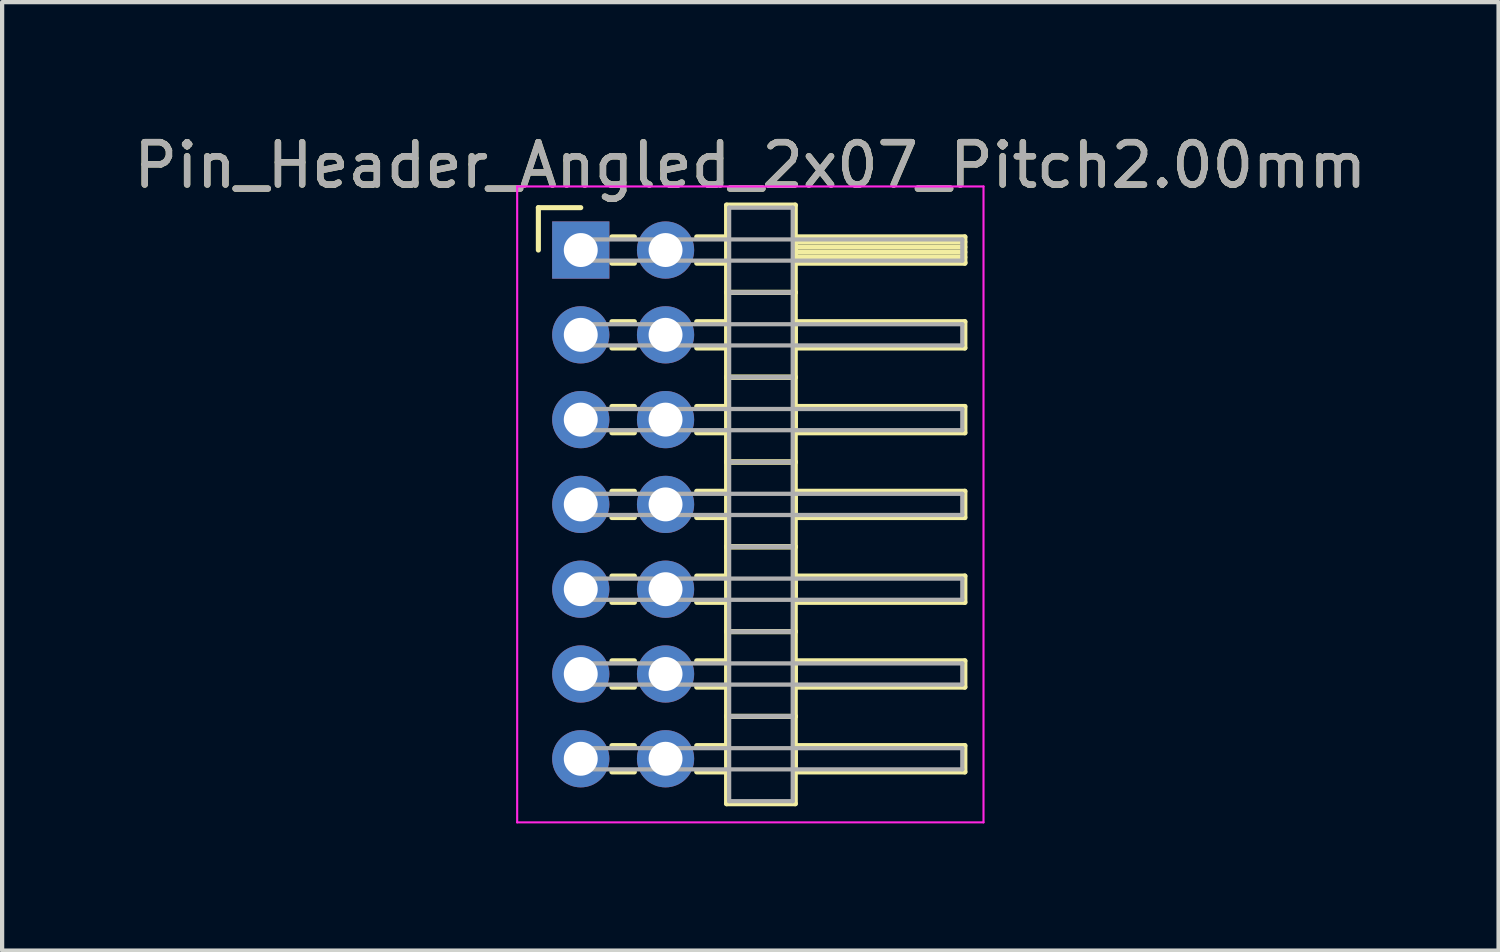
<source format=kicad_pcb>
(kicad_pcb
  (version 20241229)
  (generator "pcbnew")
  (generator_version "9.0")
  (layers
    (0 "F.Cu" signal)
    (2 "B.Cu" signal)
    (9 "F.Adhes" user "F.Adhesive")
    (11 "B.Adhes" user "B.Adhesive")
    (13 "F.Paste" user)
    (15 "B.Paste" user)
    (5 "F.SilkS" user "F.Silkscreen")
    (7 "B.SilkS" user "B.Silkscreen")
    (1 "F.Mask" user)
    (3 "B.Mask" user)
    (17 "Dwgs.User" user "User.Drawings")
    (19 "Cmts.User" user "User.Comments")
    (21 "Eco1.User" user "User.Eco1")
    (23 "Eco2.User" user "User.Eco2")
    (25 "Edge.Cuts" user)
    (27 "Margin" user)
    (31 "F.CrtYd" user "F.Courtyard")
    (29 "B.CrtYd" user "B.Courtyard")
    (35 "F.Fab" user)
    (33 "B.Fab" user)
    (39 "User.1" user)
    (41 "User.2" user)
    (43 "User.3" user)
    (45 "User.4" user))
  (footprint "Pin_Header_Angled_2x07_Pitch2.00mm"
    (layer "F.Cu")
    (at 10.649 2.848)
    (property "Reference" "Pin_Header_Angled_2x07_Pitch2.00mm" (at 4 -2 0) (layer "F.SilkS") (effects (font (size 1 1) (thickness 0.15))))
    (attr through_hole)
    (fp_line (start -1 -1) (end 0 -1) (stroke (width 0.12) (type solid)) (layer "F.SilkS"))
    (fp_line (start -1 0) (end -1 -1) (stroke (width 0.12) (type solid)) (layer "F.SilkS"))
    (fp_line (start 0.735 -0.31) (end 1.265 -0.31) (stroke (width 0.12) (type solid)) (layer "F.SilkS"))
    (fp_line (start 0.735 0.31) (end 1.265 0.31) (stroke (width 0.12) (type solid)) (layer "F.SilkS"))
    (fp_line (start 0.735 1.69) (end 1.265 1.69) (stroke (width 0.12) (type solid)) (layer "F.SilkS"))
    (fp_line (start 0.735 2.31) (end 1.265 2.31) (stroke (width 0.12) (type solid)) (layer "F.SilkS"))
    (fp_line (start 0.735 3.69) (end 1.265 3.69) (stroke (width 0.12) (type solid)) (layer "F.SilkS"))
    (fp_line (start 0.735 4.31) (end 1.265 4.31) (stroke (width 0.12) (type solid)) (layer "F.SilkS"))
    (fp_line (start 0.735 5.69) (end 1.265 5.69) (stroke (width 0.12) (type solid)) (layer "F.SilkS"))
    (fp_line (start 0.735 6.31) (end 1.265 6.31) (stroke (width 0.12) (type solid)) (layer "F.SilkS"))
    (fp_line (start 0.735 7.69) (end 1.265 7.69) (stroke (width 0.12) (type solid)) (layer "F.SilkS"))
    (fp_line (start 0.735 8.31) (end 1.265 8.31) (stroke (width 0.12) (type solid)) (layer "F.SilkS"))
    (fp_line (start 0.735 9.69) (end 1.265 9.69) (stroke (width 0.12) (type solid)) (layer "F.SilkS"))
    (fp_line (start 0.735 10.31) (end 1.265 10.31) (stroke (width 0.12) (type solid)) (layer "F.SilkS"))
    (fp_line (start 0.735 11.69) (end 1.265 11.69) (stroke (width 0.12) (type solid)) (layer "F.SilkS"))
    (fp_line (start 0.735 12.31) (end 1.265 12.31) (stroke (width 0.12) (type solid)) (layer "F.SilkS"))
    (fp_line (start 2.735 -0.31) (end 3.44 -0.31) (stroke (width 0.12) (type solid)) (layer "F.SilkS"))
    (fp_line (start 2.735 0.31) (end 3.44 0.31) (stroke (width 0.12) (type solid)) (layer "F.SilkS"))
    (fp_line (start 2.735 1.69) (end 3.44 1.69) (stroke (width 0.12) (type solid)) (layer "F.SilkS"))
    (fp_line (start 2.735 2.31) (end 3.44 2.31) (stroke (width 0.12) (type solid)) (layer "F.SilkS"))
    (fp_line (start 2.735 3.69) (end 3.44 3.69) (stroke (width 0.12) (type solid)) (layer "F.SilkS"))
    (fp_line (start 2.735 4.31) (end 3.44 4.31) (stroke (width 0.12) (type solid)) (layer "F.SilkS"))
    (fp_line (start 2.735 5.69) (end 3.44 5.69) (stroke (width 0.12) (type solid)) (layer "F.SilkS"))
    (fp_line (start 2.735 6.31) (end 3.44 6.31) (stroke (width 0.12) (type solid)) (layer "F.SilkS"))
    (fp_line (start 2.735 7.69) (end 3.44 7.69) (stroke (width 0.12) (type solid)) (layer "F.SilkS"))
    (fp_line (start 2.735 8.31) (end 3.44 8.31) (stroke (width 0.12) (type solid)) (layer "F.SilkS"))
    (fp_line (start 2.735 9.69) (end 3.44 9.69) (stroke (width 0.12) (type solid)) (layer "F.SilkS"))
    (fp_line (start 2.735 10.31) (end 3.44 10.31) (stroke (width 0.12) (type solid)) (layer "F.SilkS"))
    (fp_line (start 2.735 11.69) (end 3.44 11.69) (stroke (width 0.12) (type solid)) (layer "F.SilkS"))
    (fp_line (start 2.735 12.31) (end 3.44 12.31) (stroke (width 0.12) (type solid)) (layer "F.SilkS"))
    (fp_line (start 3.44 -1.06) (end 3.44 1) (stroke (width 0.12) (type solid)) (layer "F.SilkS"))
    (fp_line (start 3.44 1) (end 3.44 3) (stroke (width 0.12) (type solid)) (layer "F.SilkS"))
    (fp_line (start 3.44 1) (end 5.06 1) (stroke (width 0.12) (type solid)) (layer "F.SilkS"))
    (fp_line (start 3.44 3) (end 3.44 5) (stroke (width 0.12) (type solid)) (layer "F.SilkS"))
    (fp_line (start 3.44 3) (end 5.06 3) (stroke (width 0.12) (type solid)) (layer "F.SilkS"))
    (fp_line (start 3.44 5) (end 3.44 7) (stroke (width 0.12) (type solid)) (layer "F.SilkS"))
    (fp_line (start 3.44 5) (end 5.06 5) (stroke (width 0.12) (type solid)) (layer "F.SilkS"))
    (fp_line (start 3.44 7) (end 3.44 9) (stroke (width 0.12) (type solid)) (layer "F.SilkS"))
    (fp_line (start 3.44 7) (end 5.06 7) (stroke (width 0.12) (type solid)) (layer "F.SilkS"))
    (fp_line (start 3.44 9) (end 3.44 11) (stroke (width 0.12) (type solid)) (layer "F.SilkS"))
    (fp_line (start 3.44 9) (end 5.06 9) (stroke (width 0.12) (type solid)) (layer "F.SilkS"))
    (fp_line (start 3.44 11) (end 3.44 13.06) (stroke (width 0.12) (type solid)) (layer "F.SilkS"))
    (fp_line (start 3.44 11) (end 5.06 11) (stroke (width 0.12) (type solid)) (layer "F.SilkS"))
    (fp_line (start 3.44 13.06) (end 5.06 13.06) (stroke (width 0.12) (type solid)) (layer "F.SilkS"))
    (fp_line (start 5.06 -1.06) (end 3.44 -1.06) (stroke (width 0.12) (type solid)) (layer "F.SilkS"))
    (fp_line (start 5.06 -0.31) (end 5.06 0.31) (stroke (width 0.12) (type solid)) (layer "F.SilkS"))
    (fp_line (start 5.06 -0.19) (end 9.06 -0.19) (stroke (width 0.12) (type solid)) (layer "F.SilkS"))
    (fp_line (start 5.06 -0.07) (end 9.06 -0.07) (stroke (width 0.12) (type solid)) (layer "F.SilkS"))
    (fp_line (start 5.06 0.05) (end 9.06 0.05) (stroke (width 0.12) (type solid)) (layer "F.SilkS"))
    (fp_line (start 5.06 0.17) (end 9.06 0.17) (stroke (width 0.12) (type solid)) (layer "F.SilkS"))
    (fp_line (start 5.06 0.29) (end 9.06 0.29) (stroke (width 0.12) (type solid)) (layer "F.SilkS"))
    (fp_line (start 5.06 0.31) (end 9.06 0.31) (stroke (width 0.12) (type solid)) (layer "F.SilkS"))
    (fp_line (start 5.06 1) (end 3.44 1) (stroke (width 0.12) (type solid)) (layer "F.SilkS"))
    (fp_line (start 5.06 1) (end 5.06 -1.06) (stroke (width 0.12) (type solid)) (layer "F.SilkS"))
    (fp_line (start 5.06 1.69) (end 5.06 2.31) (stroke (width 0.12) (type solid)) (layer "F.SilkS"))
    (fp_line (start 5.06 2.31) (end 9.06 2.31) (stroke (width 0.12) (type solid)) (layer "F.SilkS"))
    (fp_line (start 5.06 3) (end 3.44 3) (stroke (width 0.12) (type solid)) (layer "F.SilkS"))
    (fp_line (start 5.06 3) (end 5.06 1) (stroke (width 0.12) (type solid)) (layer "F.SilkS"))
    (fp_line (start 5.06 3.69) (end 5.06 4.31) (stroke (width 0.12) (type solid)) (layer "F.SilkS"))
    (fp_line (start 5.06 4.31) (end 9.06 4.31) (stroke (width 0.12) (type solid)) (layer "F.SilkS"))
    (fp_line (start 5.06 5) (end 3.44 5) (stroke (width 0.12) (type solid)) (layer "F.SilkS"))
    (fp_line (start 5.06 5) (end 5.06 3) (stroke (width 0.12) (type solid)) (layer "F.SilkS"))
    (fp_line (start 5.06 5.69) (end 5.06 6.31) (stroke (width 0.12) (type solid)) (layer "F.SilkS"))
    (fp_line (start 5.06 6.31) (end 9.06 6.31) (stroke (width 0.12) (type solid)) (layer "F.SilkS"))
    (fp_line (start 5.06 7) (end 3.44 7) (stroke (width 0.12) (type solid)) (layer "F.SilkS"))
    (fp_line (start 5.06 7) (end 5.06 5) (stroke (width 0.12) (type solid)) (layer "F.SilkS"))
    (fp_line (start 5.06 7.69) (end 5.06 8.31) (stroke (width 0.12) (type solid)) (layer "F.SilkS"))
    (fp_line (start 5.06 8.31) (end 9.06 8.31) (stroke (width 0.12) (type solid)) (layer "F.SilkS"))
    (fp_line (start 5.06 9) (end 3.44 9) (stroke (width 0.12) (type solid)) (layer "F.SilkS"))
    (fp_line (start 5.06 9) (end 5.06 7) (stroke (width 0.12) (type solid)) (layer "F.SilkS"))
    (fp_line (start 5.06 9.69) (end 5.06 10.31) (stroke (width 0.12) (type solid)) (layer "F.SilkS"))
    (fp_line (start 5.06 10.31) (end 9.06 10.31) (stroke (width 0.12) (type solid)) (layer "F.SilkS"))
    (fp_line (start 5.06 11) (end 3.44 11) (stroke (width 0.12) (type solid)) (layer "F.SilkS"))
    (fp_line (start 5.06 11) (end 5.06 9) (stroke (width 0.12) (type solid)) (layer "F.SilkS"))
    (fp_line (start 5.06 11.69) (end 5.06 12.31) (stroke (width 0.12) (type solid)) (layer "F.SilkS"))
    (fp_line (start 5.06 12.31) (end 9.06 12.31) (stroke (width 0.12) (type solid)) (layer "F.SilkS"))
    (fp_line (start 5.06 13.06) (end 5.06 11) (stroke (width 0.12) (type solid)) (layer "F.SilkS"))
    (fp_line (start 9.06 -0.31) (end 5.06 -0.31) (stroke (width 0.12) (type solid)) (layer "F.SilkS"))
    (fp_line (start 9.06 0.31) (end 9.06 -0.31) (stroke (width 0.12) (type solid)) (layer "F.SilkS"))
    (fp_line (start 9.06 1.69) (end 5.06 1.69) (stroke (width 0.12) (type solid)) (layer "F.SilkS"))
    (fp_line (start 9.06 2.31) (end 9.06 1.69) (stroke (width 0.12) (type solid)) (layer "F.SilkS"))
    (fp_line (start 9.06 3.69) (end 5.06 3.69) (stroke (width 0.12) (type solid)) (layer "F.SilkS"))
    (fp_line (start 9.06 4.31) (end 9.06 3.69) (stroke (width 0.12) (type solid)) (layer "F.SilkS"))
    (fp_line (start 9.06 5.69) (end 5.06 5.69) (stroke (width 0.12) (type solid)) (layer "F.SilkS"))
    (fp_line (start 9.06 6.31) (end 9.06 5.69) (stroke (width 0.12) (type solid)) (layer "F.SilkS"))
    (fp_line (start 9.06 7.69) (end 5.06 7.69) (stroke (width 0.12) (type solid)) (layer "F.SilkS"))
    (fp_line (start 9.06 8.31) (end 9.06 7.69) (stroke (width 0.12) (type solid)) (layer "F.SilkS"))
    (fp_line (start 9.06 9.69) (end 5.06 9.69) (stroke (width 0.12) (type solid)) (layer "F.SilkS"))
    (fp_line (start 9.06 10.31) (end 9.06 9.69) (stroke (width 0.12) (type solid)) (layer "F.SilkS"))
    (fp_line (start 9.06 11.69) (end 5.06 11.69) (stroke (width 0.12) (type solid)) (layer "F.SilkS"))
    (fp_line (start 9.06 12.31) (end 9.06 11.69) (stroke (width 0.12) (type solid)) (layer "F.SilkS"))
    (fp_line (start -1.5 -1.5) (end -1.5 13.5) (stroke (width 0.05) (type solid)) (layer "F.CrtYd"))
    (fp_line (start -1.5 13.5) (end 9.5 13.5) (stroke (width 0.05) (type solid)) (layer "F.CrtYd"))
    (fp_line (start 9.5 -1.5) (end -1.5 -1.5) (stroke (width 0.05) (type solid)) (layer "F.CrtYd"))
    (fp_line (start 9.5 13.5) (end 9.5 -1.5) (stroke (width 0.05) (type solid)) (layer "F.CrtYd"))
    (fp_line (start 0 -0.25) (end 0 0.25) (stroke (width 0.1) (type solid)) (layer "F.Fab"))
    (fp_line (start 0 0.25) (end 9 0.25) (stroke (width 0.1) (type solid)) (layer "F.Fab"))
    (fp_line (start 0 1.75) (end 0 2.25) (stroke (width 0.1) (type solid)) (layer "F.Fab"))
    (fp_line (start 0 2.25) (end 9 2.25) (stroke (width 0.1) (type solid)) (layer "F.Fab"))
    (fp_line (start 0 3.75) (end 0 4.25) (stroke (width 0.1) (type solid)) (layer "F.Fab"))
    (fp_line (start 0 4.25) (end 9 4.25) (stroke (width 0.1) (type solid)) (layer "F.Fab"))
    (fp_line (start 0 5.75) (end 0 6.25) (stroke (width 0.1) (type solid)) (layer "F.Fab"))
    (fp_line (start 0 6.25) (end 9 6.25) (stroke (width 0.1) (type solid)) (layer "F.Fab"))
    (fp_line (start 0 7.75) (end 0 8.25) (stroke (width 0.1) (type solid)) (layer "F.Fab"))
    (fp_line (start 0 8.25) (end 9 8.25) (stroke (width 0.1) (type solid)) (layer "F.Fab"))
    (fp_line (start 0 9.75) (end 0 10.25) (stroke (width 0.1) (type solid)) (layer "F.Fab"))
    (fp_line (start 0 10.25) (end 9 10.25) (stroke (width 0.1) (type solid)) (layer "F.Fab"))
    (fp_line (start 0 11.75) (end 0 12.25) (stroke (width 0.1) (type solid)) (layer "F.Fab"))
    (fp_line (start 0 12.25) (end 9 12.25) (stroke (width 0.1) (type solid)) (layer "F.Fab"))
    (fp_line (start 3.5 -1) (end 3.5 1) (stroke (width 0.1) (type solid)) (layer "F.Fab"))
    (fp_line (start 3.5 1) (end 3.5 3) (stroke (width 0.1) (type solid)) (layer "F.Fab"))
    (fp_line (start 3.5 1) (end 5 1) (stroke (width 0.1) (type solid)) (layer "F.Fab"))
    (fp_line (start 3.5 3) (end 3.5 5) (stroke (width 0.1) (type solid)) (layer "F.Fab"))
    (fp_line (start 3.5 3) (end 5 3) (stroke (width 0.1) (type solid)) (layer "F.Fab"))
    (fp_line (start 3.5 5) (end 3.5 7) (stroke (width 0.1) (type solid)) (layer "F.Fab"))
    (fp_line (start 3.5 5) (end 5 5) (stroke (width 0.1) (type solid)) (layer "F.Fab"))
    (fp_line (start 3.5 7) (end 3.5 9) (stroke (width 0.1) (type solid)) (layer "F.Fab"))
    (fp_line (start 3.5 7) (end 5 7) (stroke (width 0.1) (type solid)) (layer "F.Fab"))
    (fp_line (start 3.5 9) (end 3.5 11) (stroke (width 0.1) (type solid)) (layer "F.Fab"))
    (fp_line (start 3.5 9) (end 5 9) (stroke (width 0.1) (type solid)) (layer "F.Fab"))
    (fp_line (start 3.5 11) (end 3.5 13) (stroke (width 0.1) (type solid)) (layer "F.Fab"))
    (fp_line (start 3.5 11) (end 5 11) (stroke (width 0.1) (type solid)) (layer "F.Fab"))
    (fp_line (start 3.5 13) (end 5 13) (stroke (width 0.1) (type solid)) (layer "F.Fab"))
    (fp_line (start 5 -1) (end 3.5 -1) (stroke (width 0.1) (type solid)) (layer "F.Fab"))
    (fp_line (start 5 1) (end 3.5 1) (stroke (width 0.1) (type solid)) (layer "F.Fab"))
    (fp_line (start 5 1) (end 5 -1) (stroke (width 0.1) (type solid)) (layer "F.Fab"))
    (fp_line (start 5 3) (end 3.5 3) (stroke (width 0.1) (type solid)) (layer "F.Fab"))
    (fp_line (start 5 3) (end 5 1) (stroke (width 0.1) (type solid)) (layer "F.Fab"))
    (fp_line (start 5 5) (end 3.5 5) (stroke (width 0.1) (type solid)) (layer "F.Fab"))
    (fp_line (start 5 5) (end 5 3) (stroke (width 0.1) (type solid)) (layer "F.Fab"))
    (fp_line (start 5 7) (end 3.5 7) (stroke (width 0.1) (type solid)) (layer "F.Fab"))
    (fp_line (start 5 7) (end 5 5) (stroke (width 0.1) (type solid)) (layer "F.Fab"))
    (fp_line (start 5 9) (end 3.5 9) (stroke (width 0.1) (type solid)) (layer "F.Fab"))
    (fp_line (start 5 9) (end 5 7) (stroke (width 0.1) (type solid)) (layer "F.Fab"))
    (fp_line (start 5 11) (end 3.5 11) (stroke (width 0.1) (type solid)) (layer "F.Fab"))
    (fp_line (start 5 11) (end 5 9) (stroke (width 0.1) (type solid)) (layer "F.Fab"))
    (fp_line (start 5 13) (end 5 11) (stroke (width 0.1) (type solid)) (layer "F.Fab"))
    (fp_line (start 9 -0.25) (end 0 -0.25) (stroke (width 0.1) (type solid)) (layer "F.Fab"))
    (fp_line (start 9 0.25) (end 9 -0.25) (stroke (width 0.1) (type solid)) (layer "F.Fab"))
    (fp_line (start 9 1.75) (end 0 1.75) (stroke (width 0.1) (type solid)) (layer "F.Fab"))
    (fp_line (start 9 2.25) (end 9 1.75) (stroke (width 0.1) (type solid)) (layer "F.Fab"))
    (fp_line (start 9 3.75) (end 0 3.75) (stroke (width 0.1) (type solid)) (layer "F.Fab"))
    (fp_line (start 9 4.25) (end 9 3.75) (stroke (width 0.1) (type solid)) (layer "F.Fab"))
    (fp_line (start 9 5.75) (end 0 5.75) (stroke (width 0.1) (type solid)) (layer "F.Fab"))
    (fp_line (start 9 6.25) (end 9 5.75) (stroke (width 0.1) (type solid)) (layer "F.Fab"))
    (fp_line (start 9 7.75) (end 0 7.75) (stroke (width 0.1) (type solid)) (layer "F.Fab"))
    (fp_line (start 9 8.25) (end 9 7.75) (stroke (width 0.1) (type solid)) (layer "F.Fab"))
    (fp_line (start 9 9.75) (end 0 9.75) (stroke (width 0.1) (type solid)) (layer "F.Fab"))
    (fp_line (start 9 10.25) (end 9 9.75) (stroke (width 0.1) (type solid)) (layer "F.Fab"))
    (fp_line (start 9 11.75) (end 0 11.75) (stroke (width 0.1) (type solid)) (layer "F.Fab"))
    (fp_line (start 9 12.25) (end 9 11.75) (stroke (width 0.1) (type solid)) (layer "F.Fab"))
    (fp_text user "${REFERENCE}" (at 4 -2 0) (layer "F.Fab") (effects (font (size 1 1) (thickness 0.15))))
    (pad "1" thru_hole rect (at 0 0) (size 1.35 1.35) (drill 0.8) (layers "*.Cu" "*.Mask"))
    (pad "2" thru_hole oval (at 2 0) (size 1.35 1.35) (drill 0.8) (layers "*.Cu" "*.Mask"))
    (pad "3" thru_hole oval (at 0 2) (size 1.35 1.35) (drill 0.8) (layers "*.Cu" "*.Mask"))
    (pad "4" thru_hole oval (at 2 2) (size 1.35 1.35) (drill 0.8) (layers "*.Cu" "*.Mask"))
    (pad "5" thru_hole oval (at 0 4) (size 1.35 1.35) (drill 0.8) (layers "*.Cu" "*.Mask"))
    (pad "6" thru_hole oval (at 2 4) (size 1.35 1.35) (drill 0.8) (layers "*.Cu" "*.Mask"))
    (pad "7" thru_hole oval (at 0 6) (size 1.35 1.35) (drill 0.8) (layers "*.Cu" "*.Mask"))
    (pad "8" thru_hole oval (at 2 6) (size 1.35 1.35) (drill 0.8) (layers "*.Cu" "*.Mask"))
    (pad "9" thru_hole oval (at 0 8) (size 1.35 1.35) (drill 0.8) (layers "*.Cu" "*.Mask"))
    (pad "10" thru_hole oval (at 2 8) (size 1.35 1.35) (drill 0.8) (layers "*.Cu" "*.Mask"))
    (pad "11" thru_hole oval (at 0 10) (size 1.35 1.35) (drill 0.8) (layers "*.Cu" "*.Mask"))
    (pad "12" thru_hole oval (at 2 10) (size 1.35 1.35) (drill 0.8) (layers "*.Cu" "*.Mask"))
    (pad "13" thru_hole oval (at 0 12) (size 1.35 1.35) (drill 0.8) (layers "*.Cu" "*.Mask"))
    (pad "14" thru_hole oval (at 2 12) (size 1.35 1.35) (drill 0.8) (layers "*.Cu" "*.Mask")))
  (gr_rect
    (start -3 -3)
    (end 32.298 19.373)
    (stroke (width 0.1) (type default))
    (fill no)
    (layer "Edge.Cuts")))
</source>
